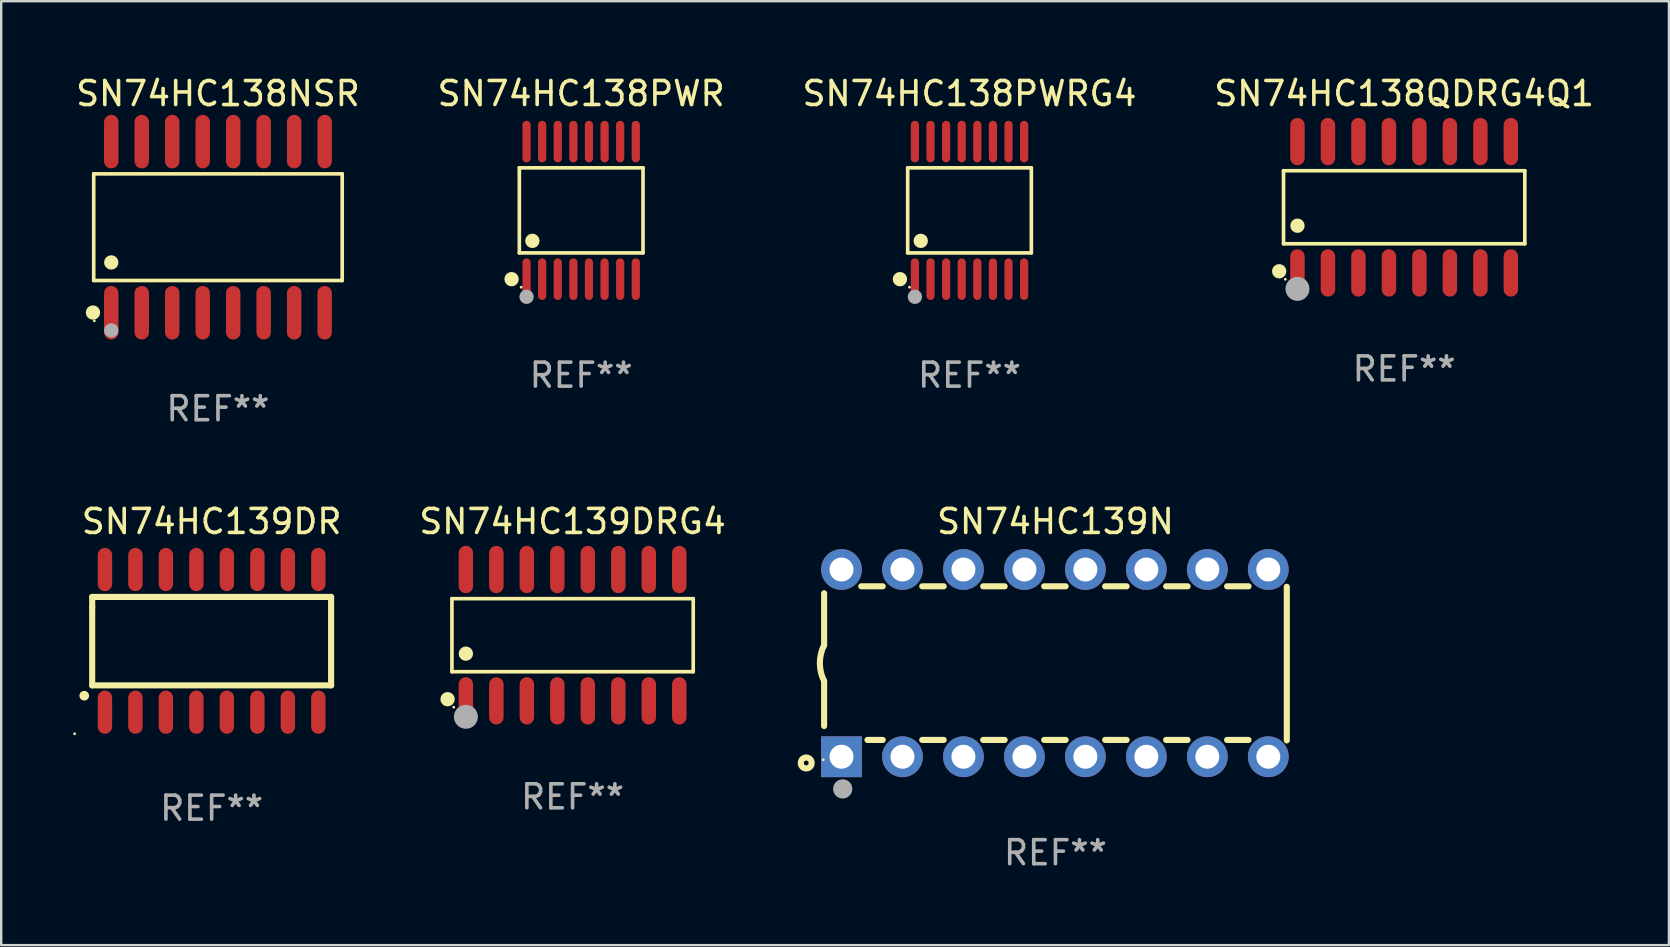
<source format=kicad_pcb>
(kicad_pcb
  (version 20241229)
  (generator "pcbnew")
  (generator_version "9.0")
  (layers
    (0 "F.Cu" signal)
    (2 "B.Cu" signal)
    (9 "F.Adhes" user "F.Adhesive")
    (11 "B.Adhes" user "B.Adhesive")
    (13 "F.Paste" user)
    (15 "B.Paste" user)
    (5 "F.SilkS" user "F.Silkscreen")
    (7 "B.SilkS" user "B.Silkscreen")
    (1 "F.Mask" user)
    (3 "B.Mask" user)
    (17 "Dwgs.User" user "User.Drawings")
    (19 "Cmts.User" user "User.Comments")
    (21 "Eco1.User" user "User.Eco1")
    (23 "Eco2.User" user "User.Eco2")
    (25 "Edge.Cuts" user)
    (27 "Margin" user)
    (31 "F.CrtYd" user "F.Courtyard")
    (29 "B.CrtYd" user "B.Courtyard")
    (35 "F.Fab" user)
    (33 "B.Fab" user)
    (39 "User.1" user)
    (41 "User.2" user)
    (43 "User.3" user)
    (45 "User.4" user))
  (footprint "SN74HC138PWR"
    (layer "F.Cu")
    (at 21.161 5.714)
    (property "Reference" "SN74HC138PWR" (at 0 -4.866 0) (layer "F.SilkS") (effects (font (size 1 1) (thickness 0.15))))
    (attr through_hole)
    (fp_line (start -2.576 -1.772) (end 2.576 -1.772) (stroke (width 0.152) (type solid)) (layer "F.SilkS"))
    (fp_line (start -2.576 1.771) (end -2.576 -1.772) (stroke (width 0.152) (type solid)) (layer "F.SilkS"))
    (fp_line (start 2.576 -1.772) (end 2.576 1.771) (stroke (width 0.152) (type solid)) (layer "F.SilkS"))
    (fp_line (start 2.576 1.771) (end -2.576 1.771) (stroke (width 0.152) (type solid)) (layer "F.SilkS"))
    (fp_circle (center -2.899 2.866) (end -2.749 2.866) (stroke (width 0.3) (type solid)) (fill no) (layer "F.SilkS"))
    (fp_circle (center -2.5 3.2) (end -2.47 3.2) (stroke (width 0.06) (type solid)) (fill no) (layer "F.SilkS"))
    (fp_circle (center -2.032 1.27) (end -1.882 1.27) (stroke (width 0.3) (type solid)) (fill no) (layer "F.SilkS"))
    (fp_circle (center -2.275 3.6) (end -2.125 3.6) (stroke (width 0.3) (type solid)) (fill no) (layer "F.Fab"))
    (fp_text user "REF**" (at 0 6.866 0) (layer "F.Fab") (effects (font (size 1 1) (thickness 0.15))))
    (pad "1" smd oval (at -2.275 2.866) (size 0.343 1.731) (layers "F.Cu" "F.Mask" "F.Paste"))
    (pad "2" smd oval (at -1.625 2.866) (size 0.343 1.731) (layers "F.Cu" "F.Mask" "F.Paste"))
    (pad "3" smd oval (at -0.975 2.866) (size 0.343 1.731) (layers "F.Cu" "F.Mask" "F.Paste"))
    (pad "4" smd oval (at -0.325 2.866) (size 0.343 1.731) (layers "F.Cu" "F.Mask" "F.Paste"))
    (pad "5" smd oval (at 0.325 2.866) (size 0.343 1.731) (layers "F.Cu" "F.Mask" "F.Paste"))
    (pad "6" smd oval (at 0.975 2.866) (size 0.343 1.731) (layers "F.Cu" "F.Mask" "F.Paste"))
    (pad "7" smd oval (at 1.625 2.866) (size 0.343 1.731) (layers "F.Cu" "F.Mask" "F.Paste"))
    (pad "8" smd oval (at 2.275 2.866) (size 0.343 1.731) (layers "F.Cu" "F.Mask" "F.Paste"))
    (pad "9" smd oval (at 2.275 -2.866) (size 0.343 1.731) (layers "F.Cu" "F.Mask" "F.Paste"))
    (pad "10" smd oval (at 1.625 -2.866) (size 0.343 1.731) (layers "F.Cu" "F.Mask" "F.Paste"))
    (pad "11" smd oval (at 0.975 -2.866) (size 0.343 1.731) (layers "F.Cu" "F.Mask" "F.Paste"))
    (pad "12" smd oval (at 0.325 -2.866) (size 0.343 1.731) (layers "F.Cu" "F.Mask" "F.Paste"))
    (pad "13" smd oval (at -0.325 -2.866) (size 0.343 1.731) (layers "F.Cu" "F.Mask" "F.Paste"))
    (pad "14" smd oval (at -0.975 -2.866) (size 0.343 1.731) (layers "F.Cu" "F.Mask" "F.Paste"))
    (pad "15" smd oval (at -1.625 -2.866) (size 0.343 1.731) (layers "F.Cu" "F.Mask" "F.Paste"))
    (pad "16" smd oval (at -2.275 -2.866) (size 0.343 1.731) (layers "F.Cu" "F.Mask" "F.Paste")))
  (footprint "SN74HC139N"
    (layer "F.Cu")
    (at 40.919 24.575)
    (property "Reference" "SN74HC139N" (at 0 -5.9 0) (layer "F.SilkS") (effects (font (size 1 1) (thickness 0.15))))
    (attr through_hole)
    (fp_line (start -9.637 -0.749) (end -9.637 -2.91) (stroke (width 0.254) (type solid)) (layer "F.SilkS"))
    (fp_line (start -9.637 0.749) (end -9.637 2.62) (stroke (width 0.254) (type solid)) (layer "F.SilkS"))
    (fp_line (start -8.09 -3.2) (end -7.196 -3.2) (stroke (width 0.254) (type solid)) (layer "F.SilkS"))
    (fp_line (start -7.832 3.2) (end -7.196 3.2) (stroke (width 0.254) (type solid)) (layer "F.SilkS"))
    (fp_line (start -5.55 3.2) (end -4.656 3.2) (stroke (width 0.254) (type solid)) (layer "F.SilkS"))
    (fp_line (start -5.55 -3.2) (end -4.656 -3.2) (stroke (width 0.254) (type solid)) (layer "F.SilkS"))
    (fp_line (start -3.01 3.2) (end -2.116 3.2) (stroke (width 0.254) (type solid)) (layer "F.SilkS"))
    (fp_line (start -3.01 -3.2) (end -2.116 -3.2) (stroke (width 0.254) (type solid)) (layer "F.SilkS"))
    (fp_line (start -0.47 3.2) (end 0.424 3.2) (stroke (width 0.254) (type solid)) (layer "F.SilkS"))
    (fp_line (start -0.47 -3.2) (end 0.424 -3.2) (stroke (width 0.254) (type solid)) (layer "F.SilkS"))
    (fp_line (start 2.07 3.2) (end 2.964 3.2) (stroke (width 0.254) (type solid)) (layer "F.SilkS"))
    (fp_line (start 2.07 -3.2) (end 2.964 -3.2) (stroke (width 0.254) (type solid)) (layer "F.SilkS"))
    (fp_line (start 4.61 3.2) (end 5.504 3.2) (stroke (width 0.254) (type solid)) (layer "F.SilkS"))
    (fp_line (start 4.611 -3.2) (end 5.504 -3.2) (stroke (width 0.254) (type solid)) (layer "F.SilkS"))
    (fp_line (start 7.15 3.2) (end 8.044 3.2) (stroke (width 0.254) (type solid)) (layer "F.SilkS"))
    (fp_line (start 7.151 -3.2) (end 8.044 -3.2) (stroke (width 0.254) (type solid)) (layer "F.SilkS"))
    (fp_line (start 9.637 -3.18) (end 9.637 3.22) (stroke (width 0.254) (type solid)) (layer "F.SilkS"))
    (fp_arc (start -9.637326 0.749403) (mid -9.814244 0.000003) (end -9.637351 -0.749403) (stroke (width 0.254001) (type solid)) (layer "F.SilkS"))
    (fp_circle (center -10.383 4.16) (end -10.282 4.16) (stroke (width 0.254) (type solid)) (fill no) (layer "F.SilkS"))
    (fp_circle (center -9.673 4.025) (end -9.643 4.025) (stroke (width 0.06) (type solid)) (fill no) (layer "F.SilkS"))
    (fp_circle (center -8.863 5.24) (end -8.663 5.24) (stroke (width 0.4) (type solid)) (fill no) (layer "F.Fab"))
    (fp_text user "REF**" (at 0 7.9 0) (layer "F.Fab") (effects (font (size 1 1) (thickness 0.15))))
    (pad "1" thru_hole rect (at -8.913 3.9) (size 1.7 1.7) (drill 1) (layers "*.Cu" "*.Mask"))
    (pad "2" thru_hole circle (at -6.373 3.9) (size 1.7 1.7) (drill 1) (layers "*.Cu" "*.Mask"))
    (pad "3" thru_hole circle (at -3.833 3.9) (size 1.7 1.7) (drill 1) (layers "*.Cu" "*.Mask"))
    (pad "4" thru_hole circle (at -1.293 3.9) (size 1.7 1.7) (drill 1) (layers "*.Cu" "*.Mask"))
    (pad "5" thru_hole circle (at 1.247 3.9) (size 1.7 1.7) (drill 1) (layers "*.Cu" "*.Mask"))
    (pad "6" thru_hole circle (at 3.787 3.9) (size 1.7 1.7) (drill 1) (layers "*.Cu" "*.Mask"))
    (pad "7" thru_hole circle (at 6.327 3.9) (size 1.7 1.7) (drill 1) (layers "*.Cu" "*.Mask"))
    (pad "8" thru_hole circle (at 8.867 3.9) (size 1.7 1.7) (drill 1) (layers "*.Cu" "*.Mask"))
    (pad "9" thru_hole circle (at 8.867 -3.9) (size 1.7 1.7) (drill 1) (layers "*.Cu" "*.Mask"))
    (pad "10" thru_hole circle (at 6.327 -3.9) (size 1.7 1.7) (drill 1) (layers "*.Cu" "*.Mask"))
    (pad "11" thru_hole circle (at 3.787 -3.9) (size 1.7 1.7) (drill 1) (layers "*.Cu" "*.Mask"))
    (pad "12" thru_hole circle (at 1.247 -3.9) (size 1.7 1.7) (drill 1) (layers "*.Cu" "*.Mask"))
    (pad "13" thru_hole circle (at -1.293 -3.9) (size 1.7 1.7) (drill 1) (layers "*.Cu" "*.Mask"))
    (pad "14" thru_hole circle (at -3.833 -3.9) (size 1.7 1.7) (drill 1) (layers "*.Cu" "*.Mask"))
    (pad "15" thru_hole circle (at -6.373 -3.9) (size 1.7 1.7) (drill 1) (layers "*.Cu" "*.Mask"))
    (pad "16" thru_hole circle (at -8.913 -3.9) (size 1.7 1.7) (drill 1) (layers "*.Cu" "*.Mask")))
  (footprint "SN74HC139DR"
    (layer "F.Cu")
    (at 5.767 23.647)
    (property "Reference" "SN74HC139DR" (at 0 -4.972 0) (layer "F.SilkS") (effects (font (size 1 1) (thickness 0.15))))
    (attr through_hole)
    (fp_line (start -4.976 -1.829) (end -4.976 -1.4) (stroke (width 0.254) (type solid)) (layer "F.SilkS"))
    (fp_line (start -4.976 -1.4) (end -4.976 1.854) (stroke (width 0.254) (type solid)) (layer "F.SilkS"))
    (fp_line (start -4.976 1.854) (end 4.976 1.854) (stroke (width 0.254) (type solid)) (layer "F.SilkS"))
    (fp_line (start 4.976 -1.829) (end -4.976 -1.829) (stroke (width 0.254) (type solid)) (layer "F.SilkS"))
    (fp_line (start 4.976 1.854) (end 4.976 -1.829) (stroke (width 0.254) (type solid)) (layer "F.SilkS"))
    (fp_arc (start -5.308611 2.286005) (mid -5.307341 2.286001) (end -5.306071 2.286005) (stroke (width 0.4) (type solid)) (layer "F.SilkS"))
    (fp_circle (center -5.707 3.872) (end -5.677 3.872) (stroke (width 0.06) (type solid)) (fill no) (layer "F.SilkS"))
    (fp_text user "REF**" (at 0 6.972 0) (layer "F.Fab") (effects (font (size 1 1) (thickness 0.15))))
    (pad "1" smd oval (at -4.445 2.972 180) (size 0.6 1.8) (layers "F.Cu" "F.Mask" "F.Paste"))
    (pad "2" smd oval (at -3.175 2.972 180) (size 0.6 1.8) (layers "F.Cu" "F.Mask" "F.Paste"))
    (pad "3" smd oval (at -1.905 2.972 180) (size 0.6 1.8) (layers "F.Cu" "F.Mask" "F.Paste"))
    (pad "4" smd oval (at -0.635 2.972 180) (size 0.6 1.8) (layers "F.Cu" "F.Mask" "F.Paste"))
    (pad "5" smd oval (at 0.635 2.972 180) (size 0.6 1.8) (layers "F.Cu" "F.Mask" "F.Paste"))
    (pad "6" smd oval (at 1.905 2.972 180) (size 0.6 1.8) (layers "F.Cu" "F.Mask" "F.Paste"))
    (pad "7" smd oval (at 3.175 2.972 180) (size 0.6 1.8) (layers "F.Cu" "F.Mask" "F.Paste"))
    (pad "8" smd oval (at 4.445 2.972 180) (size 0.6 1.8) (layers "F.Cu" "F.Mask" "F.Paste"))
    (pad "9" smd oval (at 4.445 -2.972 180) (size 0.6 1.8) (layers "F.Cu" "F.Mask" "F.Paste"))
    (pad "10" smd oval (at 3.175 -2.972 180) (size 0.6 1.8) (layers "F.Cu" "F.Mask" "F.Paste"))
    (pad "11" smd oval (at 1.905 -2.972 180) (size 0.6 1.8) (layers "F.Cu" "F.Mask" "F.Paste"))
    (pad "12" smd oval (at 0.635 -2.972 180) (size 0.6 1.8) (layers "F.Cu" "F.Mask" "F.Paste"))
    (pad "13" smd oval (at -0.635 -2.972 180) (size 0.6 1.8) (layers "F.Cu" "F.Mask" "F.Paste"))
    (pad "14" smd oval (at -1.905 -2.972 180) (size 0.6 1.8) (layers "F.Cu" "F.Mask" "F.Paste"))
    (pad "15" smd oval (at -3.175 -2.972 180) (size 0.6 1.8) (layers "F.Cu" "F.Mask" "F.Paste"))
    (pad "16" smd oval (at -4.445 -2.972 180) (size 0.6 1.8) (layers "F.Cu" "F.Mask" "F.Paste")))
  (footprint "SN74HC138PWRG4"
    (layer "F.Cu")
    (at 37.339 5.714)
    (property "Reference" "SN74HC138PWRG4" (at 0 -4.866 0) (layer "F.SilkS") (effects (font (size 1 1) (thickness 0.15))))
    (attr through_hole)
    (fp_line (start -2.576 -1.772) (end 2.576 -1.772) (stroke (width 0.152) (type solid)) (layer "F.SilkS"))
    (fp_line (start -2.576 1.771) (end -2.576 -1.772) (stroke (width 0.152) (type solid)) (layer "F.SilkS"))
    (fp_line (start 2.576 -1.772) (end 2.576 1.771) (stroke (width 0.152) (type solid)) (layer "F.SilkS"))
    (fp_line (start 2.576 1.771) (end -2.576 1.771) (stroke (width 0.152) (type solid)) (layer "F.SilkS"))
    (fp_circle (center -2.899 2.866) (end -2.749 2.866) (stroke (width 0.3) (type solid)) (fill no) (layer "F.SilkS"))
    (fp_circle (center -2.5 3.2) (end -2.47 3.2) (stroke (width 0.06) (type solid)) (fill no) (layer "F.SilkS"))
    (fp_circle (center -2.032 1.27) (end -1.882 1.27) (stroke (width 0.3) (type solid)) (fill no) (layer "F.SilkS"))
    (fp_circle (center -2.275 3.6) (end -2.125 3.6) (stroke (width 0.3) (type solid)) (fill no) (layer "F.Fab"))
    (fp_text user "REF**" (at 0 6.866 0) (layer "F.Fab") (effects (font (size 1 1) (thickness 0.15))))
    (pad "1" smd oval (at -2.275 2.866) (size 0.343 1.731) (layers "F.Cu" "F.Mask" "F.Paste"))
    (pad "2" smd oval (at -1.625 2.866) (size 0.343 1.731) (layers "F.Cu" "F.Mask" "F.Paste"))
    (pad "3" smd oval (at -0.975 2.866) (size 0.343 1.731) (layers "F.Cu" "F.Mask" "F.Paste"))
    (pad "4" smd oval (at -0.325 2.866) (size 0.343 1.731) (layers "F.Cu" "F.Mask" "F.Paste"))
    (pad "5" smd oval (at 0.325 2.866) (size 0.343 1.731) (layers "F.Cu" "F.Mask" "F.Paste"))
    (pad "6" smd oval (at 0.975 2.866) (size 0.343 1.731) (layers "F.Cu" "F.Mask" "F.Paste"))
    (pad "7" smd oval (at 1.625 2.866) (size 0.343 1.731) (layers "F.Cu" "F.Mask" "F.Paste"))
    (pad "8" smd oval (at 2.275 2.866) (size 0.343 1.731) (layers "F.Cu" "F.Mask" "F.Paste"))
    (pad "9" smd oval (at 2.275 -2.866) (size 0.343 1.731) (layers "F.Cu" "F.Mask" "F.Paste"))
    (pad "10" smd oval (at 1.625 -2.866) (size 0.343 1.731) (layers "F.Cu" "F.Mask" "F.Paste"))
    (pad "11" smd oval (at 0.975 -2.866) (size 0.343 1.731) (layers "F.Cu" "F.Mask" "F.Paste"))
    (pad "12" smd oval (at 0.325 -2.866) (size 0.343 1.731) (layers "F.Cu" "F.Mask" "F.Paste"))
    (pad "13" smd oval (at -0.325 -2.866) (size 0.343 1.731) (layers "F.Cu" "F.Mask" "F.Paste"))
    (pad "14" smd oval (at -0.975 -2.866) (size 0.343 1.731) (layers "F.Cu" "F.Mask" "F.Paste"))
    (pad "15" smd oval (at -1.625 -2.866) (size 0.343 1.731) (layers "F.Cu" "F.Mask" "F.Paste"))
    (pad "16" smd oval (at -2.275 -2.866) (size 0.343 1.731) (layers "F.Cu" "F.Mask" "F.Paste")))
  (footprint "SN74HC138QDRG4Q1"
    (layer "F.Cu")
    (at 55.446 5.584)
    (property "Reference" "SN74HC138QDRG4Q1" (at 0 -4.736 0) (layer "F.SilkS") (effects (font (size 1 1) (thickness 0.15))))
    (attr through_hole)
    (fp_line (start -5.026 -1.521) (end 5.026 -1.521) (stroke (width 0.152) (type solid)) (layer "F.SilkS"))
    (fp_line (start -5.026 1.521) (end -5.026 -1.521) (stroke (width 0.152) (type solid)) (layer "F.SilkS"))
    (fp_line (start 5.026 -1.521) (end 5.026 1.521) (stroke (width 0.152) (type solid)) (layer "F.SilkS"))
    (fp_line (start 5.026 1.521) (end -5.026 1.521) (stroke (width 0.152) (type solid)) (layer "F.SilkS"))
    (fp_circle (center -5.207 2.667) (end -5.057 2.667) (stroke (width 0.3) (type solid)) (fill no) (layer "F.SilkS"))
    (fp_circle (center -4.95 3) (end -4.92 3) (stroke (width 0.06) (type solid)) (fill no) (layer "F.SilkS"))
    (fp_circle (center -4.445 0.769) (end -4.295 0.769) (stroke (width 0.3) (type solid)) (fill no) (layer "F.SilkS"))
    (fp_circle (center -4.445 3.4) (end -4.195 3.4) (stroke (width 0.5) (type solid)) (fill no) (layer "F.Fab"))
    (fp_text user "REF**" (at 0 6.736 0) (layer "F.Fab") (effects (font (size 1 1) (thickness 0.15))))
    (pad "1" smd oval (at -4.445 2.736) (size 0.602 1.971) (layers "F.Cu" "F.Mask" "F.Paste"))
    (pad "2" smd oval (at -3.175 2.736) (size 0.602 1.971) (layers "F.Cu" "F.Mask" "F.Paste"))
    (pad "3" smd oval (at -1.905 2.736) (size 0.602 1.971) (layers "F.Cu" "F.Mask" "F.Paste"))
    (pad "4" smd oval (at -0.635 2.736) (size 0.602 1.971) (layers "F.Cu" "F.Mask" "F.Paste"))
    (pad "5" smd oval (at 0.635 2.736) (size 0.602 1.971) (layers "F.Cu" "F.Mask" "F.Paste"))
    (pad "6" smd oval (at 1.905 2.736) (size 0.602 1.971) (layers "F.Cu" "F.Mask" "F.Paste"))
    (pad "7" smd oval (at 3.175 2.736) (size 0.602 1.971) (layers "F.Cu" "F.Mask" "F.Paste"))
    (pad "8" smd oval (at 4.445 2.736) (size 0.602 1.971) (layers "F.Cu" "F.Mask" "F.Paste"))
    (pad "9" smd oval (at 4.445 -2.736) (size 0.602 1.971) (layers "F.Cu" "F.Mask" "F.Paste"))
    (pad "10" smd oval (at 3.175 -2.736) (size 0.602 1.971) (layers "F.Cu" "F.Mask" "F.Paste"))
    (pad "11" smd oval (at 1.905 -2.736) (size 0.602 1.971) (layers "F.Cu" "F.Mask" "F.Paste"))
    (pad "12" smd oval (at 0.635 -2.736) (size 0.602 1.971) (layers "F.Cu" "F.Mask" "F.Paste"))
    (pad "13" smd oval (at -0.635 -2.736) (size 0.602 1.971) (layers "F.Cu" "F.Mask" "F.Paste"))
    (pad "14" smd oval (at -1.905 -2.736) (size 0.602 1.971) (layers "F.Cu" "F.Mask" "F.Paste"))
    (pad "15" smd oval (at -3.175 -2.736) (size 0.602 1.971) (layers "F.Cu" "F.Mask" "F.Paste"))
    (pad "16" smd oval (at -4.445 -2.736) (size 0.602 1.971) (layers "F.Cu" "F.Mask" "F.Paste")))
  (footprint "SN74HC139DRG4"
    (layer "F.Cu")
    (at 20.803 23.411)
    (property "Reference" "SN74HC139DRG4" (at 0 -4.736 0) (layer "F.SilkS") (effects (font (size 1 1) (thickness 0.15))))
    (attr through_hole)
    (fp_line (start -5.026 -1.521) (end 5.026 -1.521) (stroke (width 0.152) (type solid)) (layer "F.SilkS"))
    (fp_line (start -5.026 1.521) (end -5.026 -1.521) (stroke (width 0.152) (type solid)) (layer "F.SilkS"))
    (fp_line (start 5.026 -1.521) (end 5.026 1.521) (stroke (width 0.152) (type solid)) (layer "F.SilkS"))
    (fp_line (start 5.026 1.521) (end -5.026 1.521) (stroke (width 0.152) (type solid)) (layer "F.SilkS"))
    (fp_circle (center -5.207 2.667) (end -5.057 2.667) (stroke (width 0.3) (type solid)) (fill no) (layer "F.SilkS"))
    (fp_circle (center -4.95 3) (end -4.92 3) (stroke (width 0.06) (type solid)) (fill no) (layer "F.SilkS"))
    (fp_circle (center -4.445 0.769) (end -4.295 0.769) (stroke (width 0.3) (type solid)) (fill no) (layer "F.SilkS"))
    (fp_circle (center -4.445 3.4) (end -4.195 3.4) (stroke (width 0.5) (type solid)) (fill no) (layer "F.Fab"))
    (fp_text user "REF**" (at 0 6.736 0) (layer "F.Fab") (effects (font (size 1 1) (thickness 0.15))))
    (pad "1" smd oval (at -4.445 2.736) (size 0.602 1.971) (layers "F.Cu" "F.Mask" "F.Paste"))
    (pad "2" smd oval (at -3.175 2.736) (size 0.602 1.971) (layers "F.Cu" "F.Mask" "F.Paste"))
    (pad "3" smd oval (at -1.905 2.736) (size 0.602 1.971) (layers "F.Cu" "F.Mask" "F.Paste"))
    (pad "4" smd oval (at -0.635 2.736) (size 0.602 1.971) (layers "F.Cu" "F.Mask" "F.Paste"))
    (pad "5" smd oval (at 0.635 2.736) (size 0.602 1.971) (layers "F.Cu" "F.Mask" "F.Paste"))
    (pad "6" smd oval (at 1.905 2.736) (size 0.602 1.971) (layers "F.Cu" "F.Mask" "F.Paste"))
    (pad "7" smd oval (at 3.175 2.736) (size 0.602 1.971) (layers "F.Cu" "F.Mask" "F.Paste"))
    (pad "8" smd oval (at 4.445 2.736) (size 0.602 1.971) (layers "F.Cu" "F.Mask" "F.Paste"))
    (pad "9" smd oval (at 4.445 -2.736) (size 0.602 1.971) (layers "F.Cu" "F.Mask" "F.Paste"))
    (pad "10" smd oval (at 3.175 -2.736) (size 0.602 1.971) (layers "F.Cu" "F.Mask" "F.Paste"))
    (pad "11" smd oval (at 1.905 -2.736) (size 0.602 1.971) (layers "F.Cu" "F.Mask" "F.Paste"))
    (pad "12" smd oval (at 0.635 -2.736) (size 0.602 1.971) (layers "F.Cu" "F.Mask" "F.Paste"))
    (pad "13" smd oval (at -0.635 -2.736) (size 0.602 1.971) (layers "F.Cu" "F.Mask" "F.Paste"))
    (pad "14" smd oval (at -1.905 -2.736) (size 0.602 1.971) (layers "F.Cu" "F.Mask" "F.Paste"))
    (pad "15" smd oval (at -3.175 -2.736) (size 0.602 1.971) (layers "F.Cu" "F.Mask" "F.Paste"))
    (pad "16" smd oval (at -4.445 -2.736) (size 0.602 1.971) (layers "F.Cu" "F.Mask" "F.Paste")))
  (footprint "SN74HC138NSR"
    (layer "F.Cu")
    (at 6.03 6.414)
    (property "Reference" "SN74HC138NSR" (at 0 -5.565 0) (layer "F.SilkS") (effects (font (size 1 1) (thickness 0.15))))
    (attr through_hole)
    (fp_line (start -5.176 -2.221) (end 5.176 -2.221) (stroke (width 0.152) (type solid)) (layer "F.SilkS"))
    (fp_line (start -5.176 2.221) (end -5.176 -2.221) (stroke (width 0.152) (type solid)) (layer "F.SilkS"))
    (fp_line (start 5.176 -2.221) (end 5.176 2.221) (stroke (width 0.152) (type solid)) (layer "F.SilkS"))
    (fp_line (start 5.176 2.221) (end -5.176 2.221) (stroke (width 0.152) (type solid)) (layer "F.SilkS"))
    (fp_circle (center -5.207 3.556) (end -5.057 3.556) (stroke (width 0.3) (type solid)) (fill no) (layer "F.SilkS"))
    (fp_circle (center -5.15 3.9) (end -5.12 3.9) (stroke (width 0.06) (type solid)) (fill no) (layer "F.SilkS"))
    (fp_circle (center -4.445 1.469) (end -4.295 1.469) (stroke (width 0.3) (type solid)) (fill no) (layer "F.SilkS"))
    (fp_circle (center -4.445 4.3) (end -4.295 4.3) (stroke (width 0.3) (type solid)) (fill no) (layer "F.Fab"))
    (fp_text user "REF**" (at 0 7.565 0) (layer "F.Fab") (effects (font (size 1 1) (thickness 0.15))))
    (pad "1" smd oval (at -4.445 3.565) (size 0.602 2.231) (layers "F.Cu" "F.Mask" "F.Paste"))
    (pad "2" smd oval (at -3.175 3.565) (size 0.602 2.231) (layers "F.Cu" "F.Mask" "F.Paste"))
    (pad "3" smd oval (at -1.905 3.565) (size 0.602 2.231) (layers "F.Cu" "F.Mask" "F.Paste"))
    (pad "4" smd oval (at -0.635 3.565) (size 0.602 2.231) (layers "F.Cu" "F.Mask" "F.Paste"))
    (pad "5" smd oval (at 0.635 3.565) (size 0.602 2.231) (layers "F.Cu" "F.Mask" "F.Paste"))
    (pad "6" smd oval (at 1.905 3.565) (size 0.602 2.231) (layers "F.Cu" "F.Mask" "F.Paste"))
    (pad "7" smd oval (at 3.175 3.565) (size 0.602 2.231) (layers "F.Cu" "F.Mask" "F.Paste"))
    (pad "8" smd oval (at 4.445 3.565) (size 0.602 2.231) (layers "F.Cu" "F.Mask" "F.Paste"))
    (pad "9" smd oval (at 4.445 -3.565) (size 0.602 2.231) (layers "F.Cu" "F.Mask" "F.Paste"))
    (pad "10" smd oval (at 3.175 -3.565) (size 0.602 2.231) (layers "F.Cu" "F.Mask" "F.Paste"))
    (pad "11" smd oval (at 1.905 -3.565) (size 0.602 2.231) (layers "F.Cu" "F.Mask" "F.Paste"))
    (pad "12" smd oval (at 0.635 -3.565) (size 0.602 2.231) (layers "F.Cu" "F.Mask" "F.Paste"))
    (pad "13" smd oval (at -0.635 -3.565) (size 0.602 2.231) (layers "F.Cu" "F.Mask" "F.Paste"))
    (pad "14" smd oval (at -1.905 -3.565) (size 0.602 2.231) (layers "F.Cu" "F.Mask" "F.Paste"))
    (pad "15" smd oval (at -3.175 -3.565) (size 0.602 2.231) (layers "F.Cu" "F.Mask" "F.Paste"))
    (pad "16" smd oval (at -4.445 -3.565) (size 0.602 2.231) (layers "F.Cu" "F.Mask" "F.Paste")))
  (gr_rect
    (start -3 -3)
    (end 66.476 36.324)
    (stroke (width 0.1) (type default))
    (fill no)
    (layer "Edge.Cuts")))
</source>
